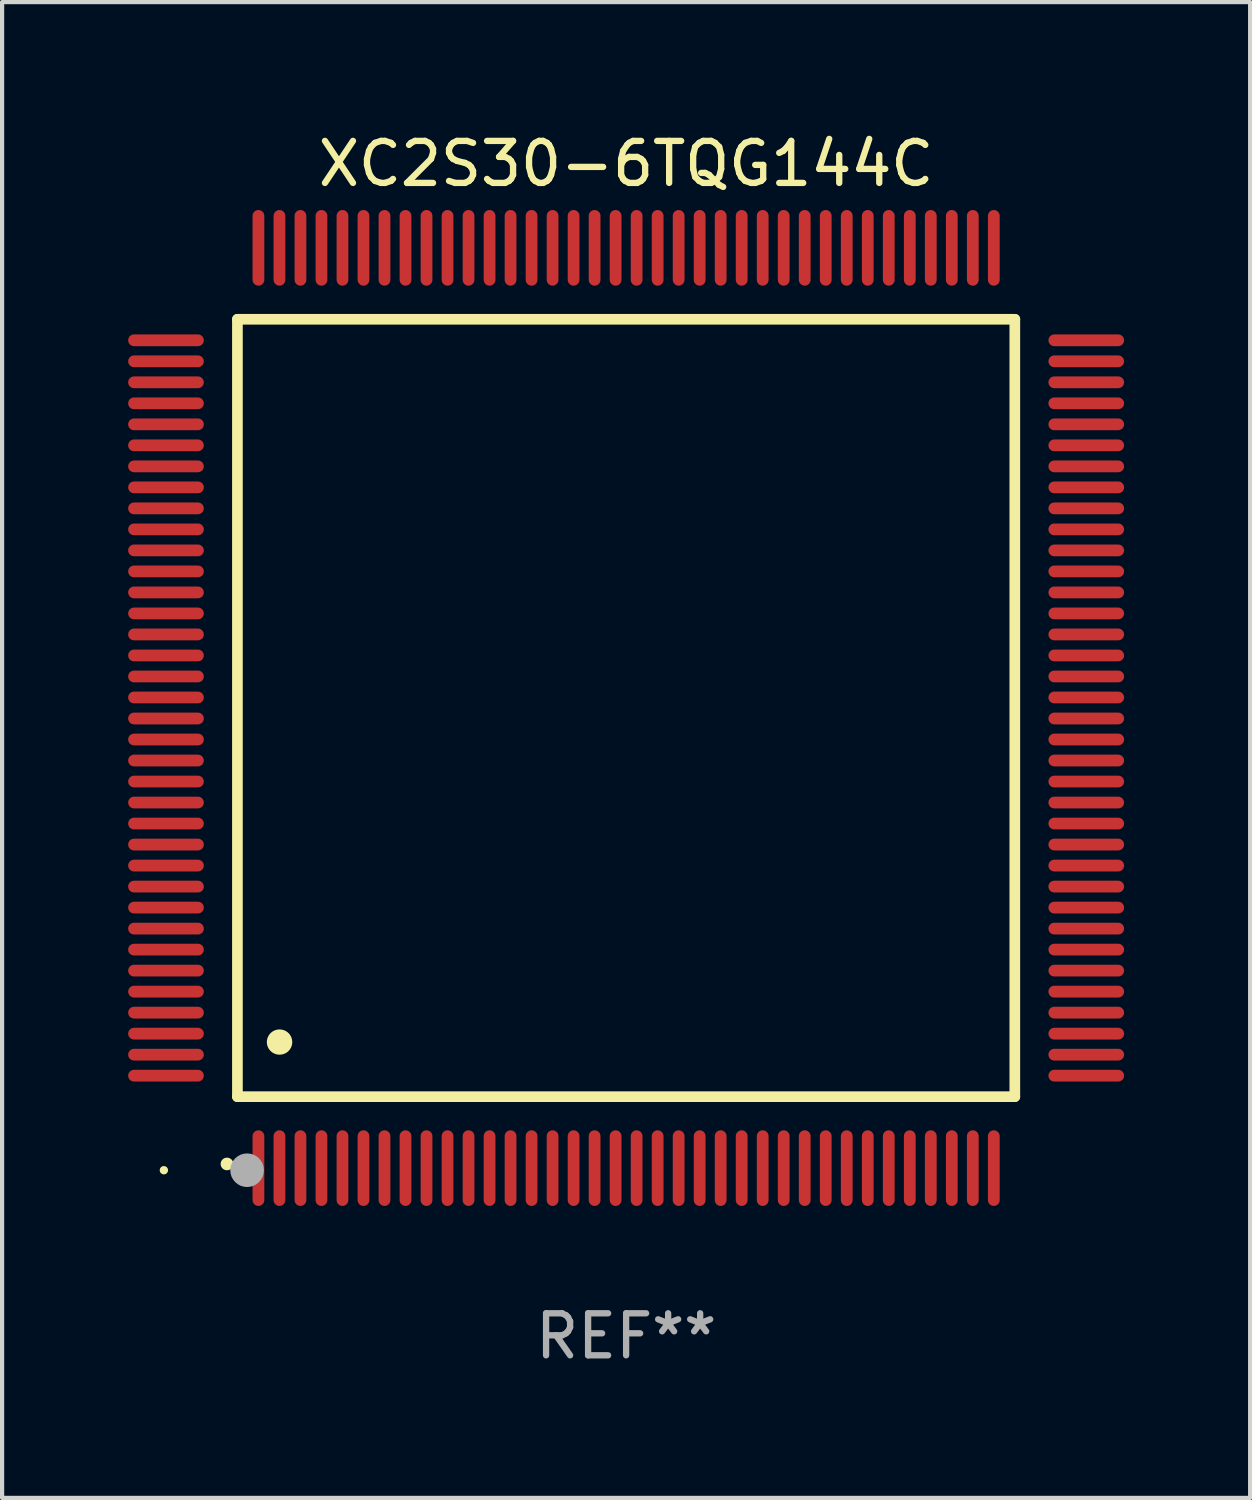
<source format=kicad_pcb>
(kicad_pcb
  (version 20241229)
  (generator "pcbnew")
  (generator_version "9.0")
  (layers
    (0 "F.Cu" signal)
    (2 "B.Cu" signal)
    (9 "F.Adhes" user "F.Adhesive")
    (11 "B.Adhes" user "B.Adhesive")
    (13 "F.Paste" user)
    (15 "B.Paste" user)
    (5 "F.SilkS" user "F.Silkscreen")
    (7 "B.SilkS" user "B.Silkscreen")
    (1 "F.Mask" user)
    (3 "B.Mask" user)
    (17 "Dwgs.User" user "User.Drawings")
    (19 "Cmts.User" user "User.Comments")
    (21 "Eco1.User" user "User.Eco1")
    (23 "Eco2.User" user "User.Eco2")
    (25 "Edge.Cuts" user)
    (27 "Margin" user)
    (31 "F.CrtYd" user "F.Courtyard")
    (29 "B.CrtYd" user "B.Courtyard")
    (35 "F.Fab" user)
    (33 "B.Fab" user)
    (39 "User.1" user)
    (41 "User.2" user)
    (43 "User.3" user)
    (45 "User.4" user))
  (footprint "XC2S30-6TQG144C"
    (layer "F.Cu")
    (at 11.85 13.798)
    (property "Reference" "XC2S30-6TQG144C" (at 0 -12.95 0) (layer "F.SilkS") (effects (font (size 1 1) (thickness 0.15))))
    (attr through_hole)
    (fp_line (start -9.25 -9.25) (end -9.25 9.25) (stroke (width 0.254) (type solid)) (layer "F.SilkS"))
    (fp_line (start -9.25 9.25) (end 9.25 9.25) (stroke (width 0.254) (type solid)) (layer "F.SilkS"))
    (fp_line (start 9.25 -9.25) (end -9.25 -9.25) (stroke (width 0.254) (type solid)) (layer "F.SilkS"))
    (fp_line (start 9.25 9.25) (end 9.25 -9.25) (stroke (width 0.254) (type solid)) (layer "F.SilkS"))
    (fp_arc (start -9.499619 10.850902) (mid -9.498349 10.850897) (end -9.497079 10.850902) (stroke (width 0.3) (type solid)) (layer "F.SilkS"))
    (fp_arc (start -8.249936 7.950216) (mid -8.247396 7.950205) (end -8.244856 7.950216) (stroke (width 0.6) (type solid)) (layer "F.SilkS"))
    (fp_circle (center -11 11) (end -10.95 11) (stroke (width 0.1) (type solid)) (fill no) (layer "F.SilkS"))
    (fp_circle (center -9.02 11) (end -8.82 11) (stroke (width 0.4) (type solid)) (fill no) (layer "F.Fab"))
    (fp_text user "REF**" (at 0 14.95 0) (layer "F.Fab") (effects (font (size 1 1) (thickness 0.15))))
    (pad "1" smd oval (at -8.75 10.95) (size 0.28 1.8) (layers "F.Cu" "F.Mask" "F.Paste"))
    (pad "2" smd oval (at -8.25 10.95) (size 0.28 1.8) (layers "F.Cu" "F.Mask" "F.Paste"))
    (pad "3" smd oval (at -7.75 10.95) (size 0.28 1.8) (layers "F.Cu" "F.Mask" "F.Paste"))
    (pad "4" smd oval (at -7.25 10.95) (size 0.28 1.8) (layers "F.Cu" "F.Mask" "F.Paste"))
    (pad "5" smd oval (at -6.75 10.95) (size 0.28 1.8) (layers "F.Cu" "F.Mask" "F.Paste"))
    (pad "6" smd oval (at -6.25 10.95) (size 0.28 1.8) (layers "F.Cu" "F.Mask" "F.Paste"))
    (pad "7" smd oval (at -5.75 10.95) (size 0.28 1.8) (layers "F.Cu" "F.Mask" "F.Paste"))
    (pad "8" smd oval (at -5.25 10.95) (size 0.28 1.8) (layers "F.Cu" "F.Mask" "F.Paste"))
    (pad "9" smd oval (at -4.75 10.95) (size 0.28 1.8) (layers "F.Cu" "F.Mask" "F.Paste"))
    (pad "10" smd oval (at -4.25 10.95) (size 0.28 1.8) (layers "F.Cu" "F.Mask" "F.Paste"))
    (pad "11" smd oval (at -3.75 10.95) (size 0.28 1.8) (layers "F.Cu" "F.Mask" "F.Paste"))
    (pad "12" smd oval (at -3.25 10.95) (size 0.28 1.8) (layers "F.Cu" "F.Mask" "F.Paste"))
    (pad "13" smd oval (at -2.75 10.95) (size 0.28 1.8) (layers "F.Cu" "F.Mask" "F.Paste"))
    (pad "14" smd oval (at -2.25 10.95) (size 0.28 1.8) (layers "F.Cu" "F.Mask" "F.Paste"))
    (pad "15" smd oval (at -1.75 10.95) (size 0.28 1.8) (layers "F.Cu" "F.Mask" "F.Paste"))
    (pad "16" smd oval (at -1.25 10.95) (size 0.28 1.8) (layers "F.Cu" "F.Mask" "F.Paste"))
    (pad "17" smd oval (at -0.75 10.95) (size 0.28 1.8) (layers "F.Cu" "F.Mask" "F.Paste"))
    (pad "18" smd oval (at -0.25 10.95) (size 0.28 1.8) (layers "F.Cu" "F.Mask" "F.Paste"))
    (pad "19" smd oval (at 0.25 10.95) (size 0.28 1.8) (layers "F.Cu" "F.Mask" "F.Paste"))
    (pad "20" smd oval (at 0.75 10.95) (size 0.28 1.8) (layers "F.Cu" "F.Mask" "F.Paste"))
    (pad "21" smd oval (at 1.25 10.95) (size 0.28 1.8) (layers "F.Cu" "F.Mask" "F.Paste"))
    (pad "22" smd oval (at 1.75 10.95) (size 0.28 1.8) (layers "F.Cu" "F.Mask" "F.Paste"))
    (pad "23" smd oval (at 2.25 10.95) (size 0.28 1.8) (layers "F.Cu" "F.Mask" "F.Paste"))
    (pad "24" smd oval (at 2.75 10.95) (size 0.28 1.8) (layers "F.Cu" "F.Mask" "F.Paste"))
    (pad "25" smd oval (at 3.25 10.95) (size 0.28 1.8) (layers "F.Cu" "F.Mask" "F.Paste"))
    (pad "26" smd oval (at 3.75 10.95) (size 0.28 1.8) (layers "F.Cu" "F.Mask" "F.Paste"))
    (pad "27" smd oval (at 4.25 10.95) (size 0.28 1.8) (layers "F.Cu" "F.Mask" "F.Paste"))
    (pad "28" smd oval (at 4.75 10.95) (size 0.28 1.8) (layers "F.Cu" "F.Mask" "F.Paste"))
    (pad "29" smd oval (at 5.25 10.95) (size 0.28 1.8) (layers "F.Cu" "F.Mask" "F.Paste"))
    (pad "30" smd oval (at 5.75 10.95) (size 0.28 1.8) (layers "F.Cu" "F.Mask" "F.Paste"))
    (pad "31" smd oval (at 6.25 10.95) (size 0.28 1.8) (layers "F.Cu" "F.Mask" "F.Paste"))
    (pad "32" smd oval (at 6.75 10.95) (size 0.28 1.8) (layers "F.Cu" "F.Mask" "F.Paste"))
    (pad "33" smd oval (at 7.25 10.95) (size 0.28 1.8) (layers "F.Cu" "F.Mask" "F.Paste"))
    (pad "34" smd oval (at 7.75 10.95) (size 0.28 1.8) (layers "F.Cu" "F.Mask" "F.Paste"))
    (pad "35" smd oval (at 8.25 10.95) (size 0.28 1.8) (layers "F.Cu" "F.Mask" "F.Paste"))
    (pad "36" smd oval (at 8.75 10.95) (size 0.28 1.8) (layers "F.Cu" "F.Mask" "F.Paste"))
    (pad "37" smd oval (at 10.95 8.75) (size 1.8 0.28) (layers "F.Cu" "F.Mask" "F.Paste"))
    (pad "38" smd oval (at 10.95 8.25) (size 1.8 0.28) (layers "F.Cu" "F.Mask" "F.Paste"))
    (pad "39" smd oval (at 10.95 7.75) (size 1.8 0.28) (layers "F.Cu" "F.Mask" "F.Paste"))
    (pad "40" smd oval (at 10.95 7.25) (size 1.8 0.28) (layers "F.Cu" "F.Mask" "F.Paste"))
    (pad "41" smd oval (at 10.95 6.75) (size 1.8 0.28) (layers "F.Cu" "F.Mask" "F.Paste"))
    (pad "42" smd oval (at 10.95 6.25) (size 1.8 0.28) (layers "F.Cu" "F.Mask" "F.Paste"))
    (pad "43" smd oval (at 10.95 5.75) (size 1.8 0.28) (layers "F.Cu" "F.Mask" "F.Paste"))
    (pad "44" smd oval (at 10.95 5.25) (size 1.8 0.28) (layers "F.Cu" "F.Mask" "F.Paste"))
    (pad "45" smd oval (at 10.95 4.75) (size 1.8 0.28) (layers "F.Cu" "F.Mask" "F.Paste"))
    (pad "46" smd oval (at 10.95 4.25) (size 1.8 0.28) (layers "F.Cu" "F.Mask" "F.Paste"))
    (pad "47" smd oval (at 10.95 3.75) (size 1.8 0.28) (layers "F.Cu" "F.Mask" "F.Paste"))
    (pad "48" smd oval (at 10.95 3.25) (size 1.8 0.28) (layers "F.Cu" "F.Mask" "F.Paste"))
    (pad "49" smd oval (at 10.95 2.75) (size 1.8 0.28) (layers "F.Cu" "F.Mask" "F.Paste"))
    (pad "50" smd oval (at 10.95 2.25) (size 1.8 0.28) (layers "F.Cu" "F.Mask" "F.Paste"))
    (pad "51" smd oval (at 10.95 1.75) (size 1.8 0.28) (layers "F.Cu" "F.Mask" "F.Paste"))
    (pad "52" smd oval (at 10.95 1.25) (size 1.8 0.28) (layers "F.Cu" "F.Mask" "F.Paste"))
    (pad "53" smd oval (at 10.95 0.75) (size 1.8 0.28) (layers "F.Cu" "F.Mask" "F.Paste"))
    (pad "54" smd oval (at 10.95 0.25) (size 1.8 0.28) (layers "F.Cu" "F.Mask" "F.Paste"))
    (pad "55" smd oval (at 10.95 -0.25) (size 1.8 0.28) (layers "F.Cu" "F.Mask" "F.Paste"))
    (pad "56" smd oval (at 10.95 -0.75) (size 1.8 0.28) (layers "F.Cu" "F.Mask" "F.Paste"))
    (pad "57" smd oval (at 10.95 -1.25) (size 1.8 0.28) (layers "F.Cu" "F.Mask" "F.Paste"))
    (pad "58" smd oval (at 10.95 -1.75) (size 1.8 0.28) (layers "F.Cu" "F.Mask" "F.Paste"))
    (pad "59" smd oval (at 10.95 -2.25) (size 1.8 0.28) (layers "F.Cu" "F.Mask" "F.Paste"))
    (pad "60" smd oval (at 10.95 -2.75) (size 1.8 0.28) (layers "F.Cu" "F.Mask" "F.Paste"))
    (pad "61" smd oval (at 10.95 -3.25) (size 1.8 0.28) (layers "F.Cu" "F.Mask" "F.Paste"))
    (pad "62" smd oval (at 10.95 -3.75) (size 1.8 0.28) (layers "F.Cu" "F.Mask" "F.Paste"))
    (pad "63" smd oval (at 10.95 -4.25) (size 1.8 0.28) (layers "F.Cu" "F.Mask" "F.Paste"))
    (pad "64" smd oval (at 10.95 -4.75) (size 1.8 0.28) (layers "F.Cu" "F.Mask" "F.Paste"))
    (pad "65" smd oval (at 10.95 -5.25) (size 1.8 0.28) (layers "F.Cu" "F.Mask" "F.Paste"))
    (pad "66" smd oval (at 10.95 -5.75) (size 1.8 0.28) (layers "F.Cu" "F.Mask" "F.Paste"))
    (pad "67" smd oval (at 10.95 -6.25) (size 1.8 0.28) (layers "F.Cu" "F.Mask" "F.Paste"))
    (pad "68" smd oval (at 10.95 -6.75) (size 1.8 0.28) (layers "F.Cu" "F.Mask" "F.Paste"))
    (pad "69" smd oval (at 10.95 -7.25) (size 1.8 0.28) (layers "F.Cu" "F.Mask" "F.Paste"))
    (pad "70" smd oval (at 10.95 -7.75) (size 1.8 0.28) (layers "F.Cu" "F.Mask" "F.Paste"))
    (pad "71" smd oval (at 10.95 -8.25) (size 1.8 0.28) (layers "F.Cu" "F.Mask" "F.Paste"))
    (pad "72" smd oval (at 10.95 -8.75) (size 1.8 0.28) (layers "F.Cu" "F.Mask" "F.Paste"))
    (pad "73" smd oval (at 8.75 -10.95) (size 0.28 1.8) (layers "F.Cu" "F.Mask" "F.Paste"))
    (pad "74" smd oval (at 8.25 -10.95) (size 0.28 1.8) (layers "F.Cu" "F.Mask" "F.Paste"))
    (pad "75" smd oval (at 7.75 -10.95) (size 0.28 1.8) (layers "F.Cu" "F.Mask" "F.Paste"))
    (pad "76" smd oval (at 7.25 -10.95) (size 0.28 1.8) (layers "F.Cu" "F.Mask" "F.Paste"))
    (pad "77" smd oval (at 6.75 -10.95) (size 0.28 1.8) (layers "F.Cu" "F.Mask" "F.Paste"))
    (pad "78" smd oval (at 6.25 -10.95) (size 0.28 1.8) (layers "F.Cu" "F.Mask" "F.Paste"))
    (pad "79" smd oval (at 5.75 -10.95) (size 0.28 1.8) (layers "F.Cu" "F.Mask" "F.Paste"))
    (pad "80" smd oval (at 5.25 -10.95) (size 0.28 1.8) (layers "F.Cu" "F.Mask" "F.Paste"))
    (pad "81" smd oval (at 4.75 -10.95) (size 0.28 1.8) (layers "F.Cu" "F.Mask" "F.Paste"))
    (pad "82" smd oval (at 4.25 -10.95) (size 0.28 1.8) (layers "F.Cu" "F.Mask" "F.Paste"))
    (pad "83" smd oval (at 3.75 -10.95) (size 0.28 1.8) (layers "F.Cu" "F.Mask" "F.Paste"))
    (pad "84" smd oval (at 3.25 -10.95) (size 0.28 1.8) (layers "F.Cu" "F.Mask" "F.Paste"))
    (pad "85" smd oval (at 2.75 -10.95) (size 0.28 1.8) (layers "F.Cu" "F.Mask" "F.Paste"))
    (pad "86" smd oval (at 2.25 -10.95) (size 0.28 1.8) (layers "F.Cu" "F.Mask" "F.Paste"))
    (pad "87" smd oval (at 1.75 -10.95) (size 0.28 1.8) (layers "F.Cu" "F.Mask" "F.Paste"))
    (pad "88" smd oval (at 1.25 -10.95) (size 0.28 1.8) (layers "F.Cu" "F.Mask" "F.Paste"))
    (pad "89" smd oval (at 0.75 -10.95) (size 0.28 1.8) (layers "F.Cu" "F.Mask" "F.Paste"))
    (pad "90" smd oval (at 0.25 -10.95) (size 0.28 1.8) (layers "F.Cu" "F.Mask" "F.Paste"))
    (pad "91" smd oval (at -0.25 -10.95) (size 0.28 1.8) (layers "F.Cu" "F.Mask" "F.Paste"))
    (pad "92" smd oval (at -0.75 -10.95) (size 0.28 1.8) (layers "F.Cu" "F.Mask" "F.Paste"))
    (pad "93" smd oval (at -1.25 -10.95) (size 0.28 1.8) (layers "F.Cu" "F.Mask" "F.Paste"))
    (pad "94" smd oval (at -1.75 -10.95) (size 0.28 1.8) (layers "F.Cu" "F.Mask" "F.Paste"))
    (pad "95" smd oval (at -2.25 -10.95) (size 0.28 1.8) (layers "F.Cu" "F.Mask" "F.Paste"))
    (pad "96" smd oval (at -2.75 -10.95) (size 0.28 1.8) (layers "F.Cu" "F.Mask" "F.Paste"))
    (pad "97" smd oval (at -3.25 -10.95) (size 0.28 1.8) (layers "F.Cu" "F.Mask" "F.Paste"))
    (pad "98" smd oval (at -3.75 -10.95) (size 0.28 1.8) (layers "F.Cu" "F.Mask" "F.Paste"))
    (pad "99" smd oval (at -4.25 -10.95) (size 0.28 1.8) (layers "F.Cu" "F.Mask" "F.Paste"))
    (pad "100" smd oval (at -4.75 -10.95) (size 0.28 1.8) (layers "F.Cu" "F.Mask" "F.Paste"))
    (pad "101" smd oval (at -5.25 -10.95) (size 0.28 1.8) (layers "F.Cu" "F.Mask" "F.Paste"))
    (pad "102" smd oval (at -5.75 -10.95) (size 0.28 1.8) (layers "F.Cu" "F.Mask" "F.Paste"))
    (pad "103" smd oval (at -6.25 -10.95) (size 0.28 1.8) (layers "F.Cu" "F.Mask" "F.Paste"))
    (pad "104" smd oval (at -6.75 -10.95) (size 0.28 1.8) (layers "F.Cu" "F.Mask" "F.Paste"))
    (pad "105" smd oval (at -7.25 -10.95) (size 0.28 1.8) (layers "F.Cu" "F.Mask" "F.Paste"))
    (pad "106" smd oval (at -7.75 -10.95) (size 0.28 1.8) (layers "F.Cu" "F.Mask" "F.Paste"))
    (pad "107" smd oval (at -8.25 -10.95) (size 0.28 1.8) (layers "F.Cu" "F.Mask" "F.Paste"))
    (pad "108" smd oval (at -8.75 -10.95) (size 0.28 1.8) (layers "F.Cu" "F.Mask" "F.Paste"))
    (pad "109" smd oval (at -10.95 -8.75) (size 1.8 0.28) (layers "F.Cu" "F.Mask" "F.Paste"))
    (pad "110" smd oval (at -10.95 -8.25) (size 1.8 0.28) (layers "F.Cu" "F.Mask" "F.Paste"))
    (pad "111" smd oval (at -10.95 -7.75) (size 1.8 0.28) (layers "F.Cu" "F.Mask" "F.Paste"))
    (pad "112" smd oval (at -10.95 -7.25) (size 1.8 0.28) (layers "F.Cu" "F.Mask" "F.Paste"))
    (pad "113" smd oval (at -10.95 -6.75) (size 1.8 0.28) (layers "F.Cu" "F.Mask" "F.Paste"))
    (pad "114" smd oval (at -10.95 -6.25) (size 1.8 0.28) (layers "F.Cu" "F.Mask" "F.Paste"))
    (pad "115" smd oval (at -10.95 -5.75) (size 1.8 0.28) (layers "F.Cu" "F.Mask" "F.Paste"))
    (pad "116" smd oval (at -10.95 -5.25) (size 1.8 0.28) (layers "F.Cu" "F.Mask" "F.Paste"))
    (pad "117" smd oval (at -10.95 -4.75) (size 1.8 0.28) (layers "F.Cu" "F.Mask" "F.Paste"))
    (pad "118" smd oval (at -10.95 -4.25) (size 1.8 0.28) (layers "F.Cu" "F.Mask" "F.Paste"))
    (pad "119" smd oval (at -10.95 -3.75) (size 1.8 0.28) (layers "F.Cu" "F.Mask" "F.Paste"))
    (pad "120" smd oval (at -10.95 -3.25) (size 1.8 0.28) (layers "F.Cu" "F.Mask" "F.Paste"))
    (pad "121" smd oval (at -10.95 -2.75) (size 1.8 0.28) (layers "F.Cu" "F.Mask" "F.Paste"))
    (pad "122" smd oval (at -10.95 -2.25) (size 1.8 0.28) (layers "F.Cu" "F.Mask" "F.Paste"))
    (pad "123" smd oval (at -10.95 -1.75) (size 1.8 0.28) (layers "F.Cu" "F.Mask" "F.Paste"))
    (pad "124" smd oval (at -10.95 -1.25) (size 1.8 0.28) (layers "F.Cu" "F.Mask" "F.Paste"))
    (pad "125" smd oval (at -10.95 -0.75) (size 1.8 0.28) (layers "F.Cu" "F.Mask" "F.Paste"))
    (pad "126" smd oval (at -10.95 -0.25) (size 1.8 0.28) (layers "F.Cu" "F.Mask" "F.Paste"))
    (pad "127" smd oval (at -10.95 0.25) (size 1.8 0.28) (layers "F.Cu" "F.Mask" "F.Paste"))
    (pad "128" smd oval (at -10.95 0.75) (size 1.8 0.28) (layers "F.Cu" "F.Mask" "F.Paste"))
    (pad "129" smd oval (at -10.95 1.25) (size 1.8 0.28) (layers "F.Cu" "F.Mask" "F.Paste"))
    (pad "130" smd oval (at -10.95 1.75) (size 1.8 0.28) (layers "F.Cu" "F.Mask" "F.Paste"))
    (pad "131" smd oval (at -10.95 2.25) (size 1.8 0.28) (layers "F.Cu" "F.Mask" "F.Paste"))
    (pad "132" smd oval (at -10.95 2.75) (size 1.8 0.28) (layers "F.Cu" "F.Mask" "F.Paste"))
    (pad "133" smd oval (at -10.95 3.25) (size 1.8 0.28) (layers "F.Cu" "F.Mask" "F.Paste"))
    (pad "134" smd oval (at -10.95 3.75) (size 1.8 0.28) (layers "F.Cu" "F.Mask" "F.Paste"))
    (pad "135" smd oval (at -10.95 4.25) (size 1.8 0.28) (layers "F.Cu" "F.Mask" "F.Paste"))
    (pad "136" smd oval (at -10.95 4.75) (size 1.8 0.28) (layers "F.Cu" "F.Mask" "F.Paste"))
    (pad "137" smd oval (at -10.95 5.25) (size 1.8 0.28) (layers "F.Cu" "F.Mask" "F.Paste"))
    (pad "138" smd oval (at -10.95 5.75) (size 1.8 0.28) (layers "F.Cu" "F.Mask" "F.Paste"))
    (pad "139" smd oval (at -10.95 6.25) (size 1.8 0.28) (layers "F.Cu" "F.Mask" "F.Paste"))
    (pad "140" smd oval (at -10.95 6.75) (size 1.8 0.28) (layers "F.Cu" "F.Mask" "F.Paste"))
    (pad "141" smd oval (at -10.95 7.25) (size 1.8 0.28) (layers "F.Cu" "F.Mask" "F.Paste"))
    (pad "142" smd oval (at -10.95 7.75) (size 1.8 0.28) (layers "F.Cu" "F.Mask" "F.Paste"))
    (pad "143" smd oval (at -10.95 8.25) (size 1.8 0.28) (layers "F.Cu" "F.Mask" "F.Paste"))
    (pad "144" smd oval (at -10.95 8.75) (size 1.8 0.28) (layers "F.Cu" "F.Mask" "F.Paste")))
  (gr_rect
    (start -3 -3)
    (end 26.7 32.596)
    (stroke (width 0.1) (type default))
    (fill no)
    (layer "Edge.Cuts")))
</source>
